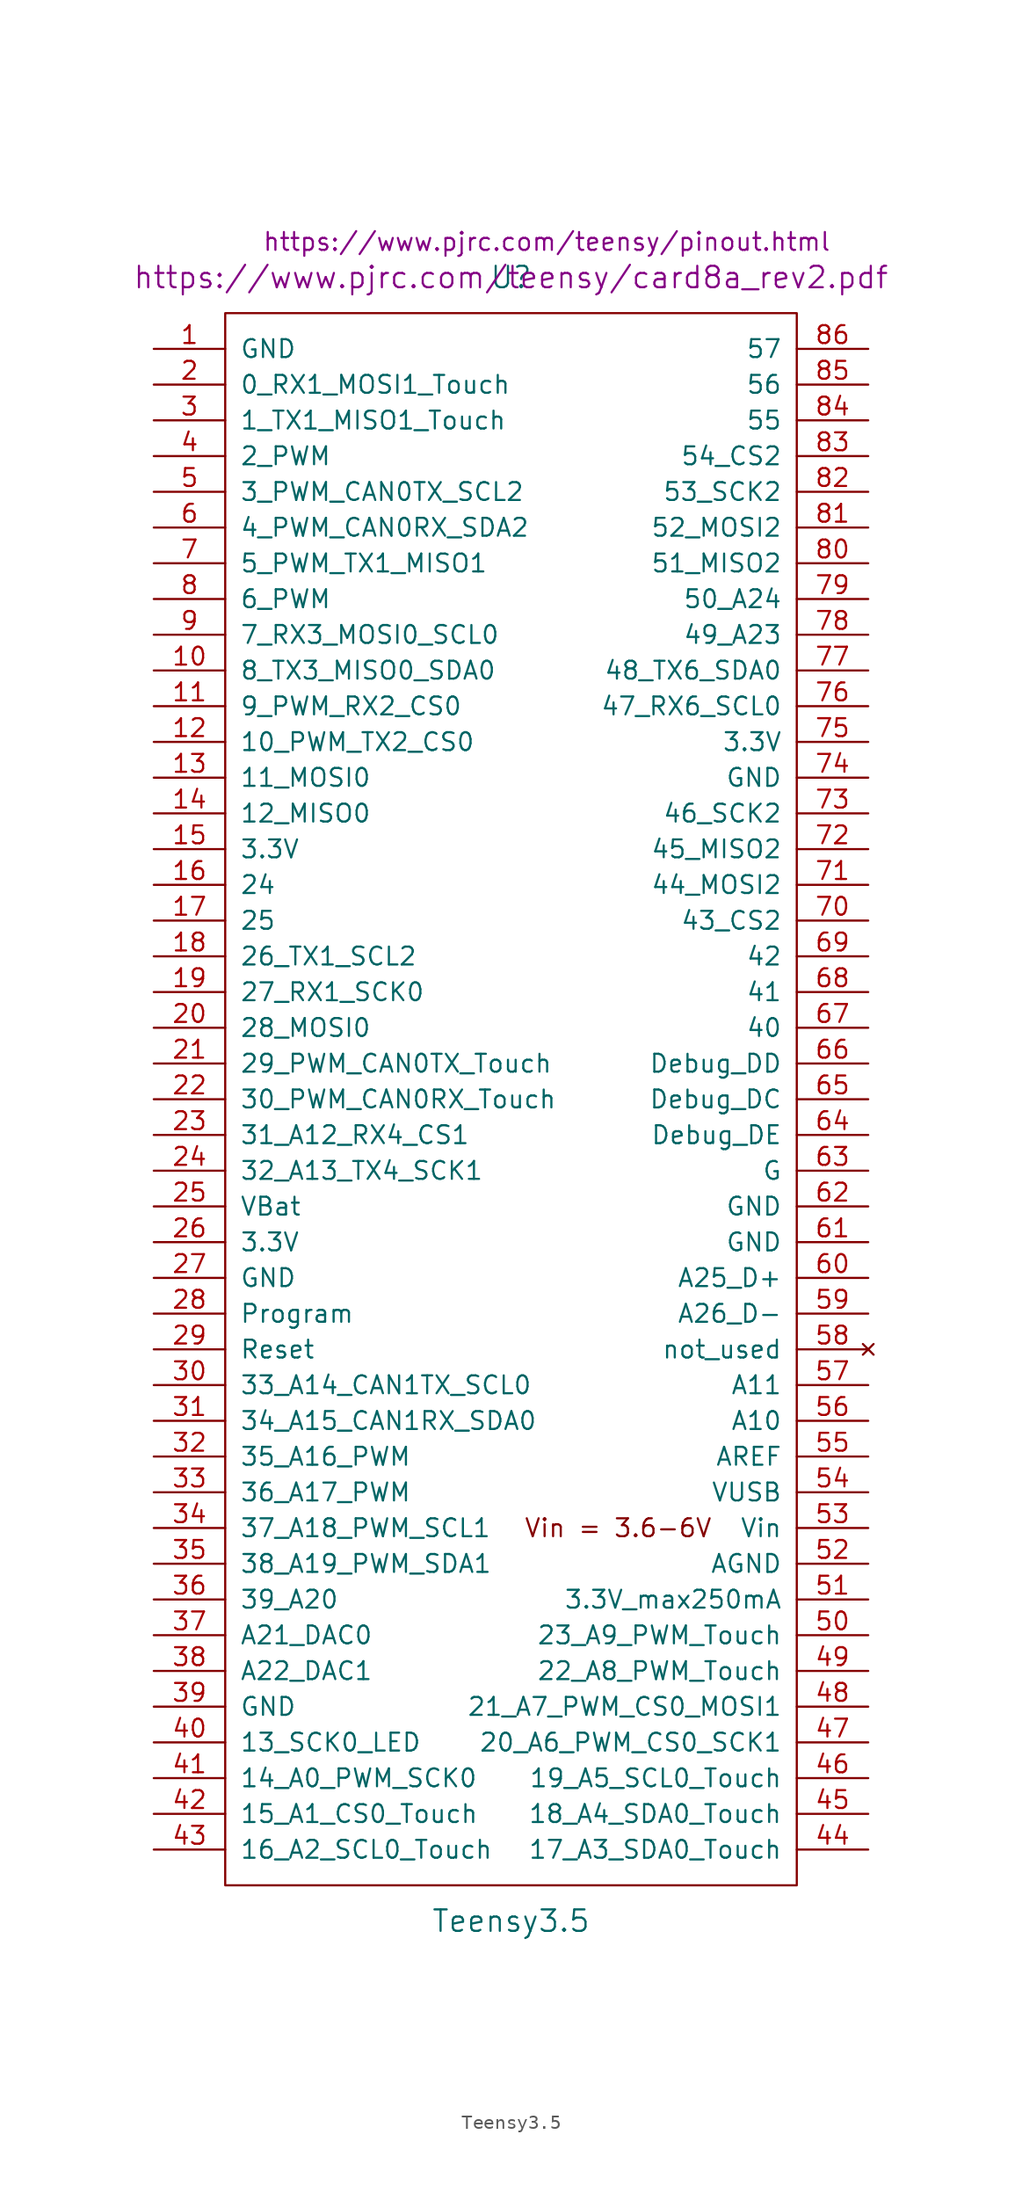
<source format=kicad_sym>
(kicad_symbol_lib
  (version 20231120)
  (generator "kicad_symbol_editor")
  (generator_version "8.0")
  (symbol "Teensy3.5"
    (pin_names
      (offset 1.016))
    (property "Reference" "U"
      (at 0 58.42 0)
      (effects (font (size 1.524 1.524))))
    (property "Value" "Teensy3.5"
      (at 0 -58.42 0)
      (effects (font (size 1.524 1.524))))
    (property "Footprint" ""
      (at -2.54 55.88 0)
      (effects (font (size 1.524 1.524))))
    (property "Datasheet" "https://www.pjrc.com/teensy/card8a_rev2.pdf"
      (at 0 58.42 0)
      (effects (font (size 1.524 1.524))))
    (property "Pinouts" "https://www.pjrc.com/teensy/pinout.html"
      (at 2.54 60.96 0)
      (effects (font (size 1.27 1.27))))
    (symbol "Teensy3.5_0_0"
      (text "Vin = 3.6-6V" (at 7.62 -30.48 0) (effects (font (size 1.27 1.27)))))
    (symbol "Teensy3.5_0_1"
      (rectangle (start -20.32 55.88) (end 20.32 -55.88) (stroke (width 0) (type solid)) (fill (type none))))
    (symbol "Teensy3.5_1_1"
      (pin power_in line (at -25.4 53.34 0) (length 5.08) (name "GND" (effects (font (size 1.27 1.27)))) (number "1" (effects (font (size 1.27 1.27)))))
      (pin bidirectional line (at -25.4 30.48 0) (length 5.08) (name "8_TX3_MISO0_SDA0" (effects (font (size 1.27 1.27)))) (number "10" (effects (font (size 1.27 1.27)))))
      (pin bidirectional line (at -25.4 27.94 0) (length 5.08) (name "9_PWM_RX2_CS0" (effects (font (size 1.27 1.27)))) (number "11" (effects (font (size 1.27 1.27)))))
      (pin bidirectional line (at -25.4 25.4 0) (length 5.08) (name "10_PWM_TX2_CS0" (effects (font (size 1.27 1.27)))) (number "12" (effects (font (size 1.27 1.27)))))
      (pin bidirectional line (at -25.4 22.86 0) (length 5.08) (name "11_MOSI0" (effects (font (size 1.27 1.27)))) (number "13" (effects (font (size 1.27 1.27)))))
      (pin bidirectional line (at -25.4 20.32 0) (length 5.08) (name "12_MISO0" (effects (font (size 1.27 1.27)))) (number "14" (effects (font (size 1.27 1.27)))))
      (pin power_out line (at -25.4 17.78 0) (length 5.08) (name "3.3V" (effects (font (size 1.27 1.27)))) (number "15" (effects (font (size 1.27 1.27)))))
      (pin bidirectional line (at -25.4 15.24 0) (length 5.08) (name "24" (effects (font (size 1.27 1.27)))) (number "16" (effects (font (size 1.27 1.27)))))
      (pin bidirectional line (at -25.4 12.7 0) (length 5.08) (name "25" (effects (font (size 1.27 1.27)))) (number "17" (effects (font (size 1.27 1.27)))))
      (pin bidirectional line (at -25.4 10.16 0) (length 5.08) (name "26_TX1_SCL2" (effects (font (size 1.27 1.27)))) (number "18" (effects (font (size 1.27 1.27)))))
      (pin bidirectional line (at -25.4 7.62 0) (length 5.08) (name "27_RX1_SCK0" (effects (font (size 1.27 1.27)))) (number "19" (effects (font (size 1.27 1.27)))))
      (pin bidirectional line (at -25.4 50.8 0) (length 5.08) (name "0_RX1_MOSI1_Touch" (effects (font (size 1.27 1.27)))) (number "2" (effects (font (size 1.27 1.27)))))
      (pin bidirectional line (at -25.4 5.08 0) (length 5.08) (name "28_MOSI0" (effects (font (size 1.27 1.27)))) (number "20" (effects (font (size 1.27 1.27)))))
      (pin bidirectional line (at -25.4 2.54 0) (length 5.08) (name "29_PWM_CAN0TX_Touch" (effects (font (size 1.27 1.27)))) (number "21" (effects (font (size 1.27 1.27)))))
      (pin bidirectional line (at -25.4 0 0) (length 5.08) (name "30_PWM_CAN0RX_Touch" (effects (font (size 1.27 1.27)))) (number "22" (effects (font (size 1.27 1.27)))))
      (pin bidirectional line (at -25.4 -2.54 0) (length 5.08) (name "31_A12_RX4_CS1" (effects (font (size 1.27 1.27)))) (number "23" (effects (font (size 1.27 1.27)))))
      (pin bidirectional line (at -25.4 -5.08 0) (length 5.08) (name "32_A13_TX4_SCK1" (effects (font (size 1.27 1.27)))) (number "24" (effects (font (size 1.27 1.27)))))
      (pin power_in line (at -25.4 -7.62 0) (length 5.08) (name "VBat" (effects (font (size 1.27 1.27)))) (number "25" (effects (font (size 1.27 1.27)))))
      (pin power_in line (at -25.4 -10.16 0) (length 5.08) (name "3.3V" (effects (font (size 1.27 1.27)))) (number "26" (effects (font (size 1.27 1.27)))))
      (pin power_in line (at -25.4 -12.7 0) (length 5.08) (name "GND" (effects (font (size 1.27 1.27)))) (number "27" (effects (font (size 1.27 1.27)))))
      (pin input line (at -25.4 -15.24 0) (length 5.08) (name "Program" (effects (font (size 1.27 1.27)))) (number "28" (effects (font (size 1.27 1.27)))))
      (pin input line (at -25.4 -17.78 0) (length 5.08) (name "Reset" (effects (font (size 1.27 1.27)))) (number "29" (effects (font (size 1.27 1.27)))))
      (pin bidirectional line (at -25.4 48.26 0) (length 5.08) (name "1_TX1_MISO1_Touch" (effects (font (size 1.27 1.27)))) (number "3" (effects (font (size 1.27 1.27)))))
      (pin bidirectional line (at -25.4 -20.32 0) (length 5.08) (name "33_A14_CAN1TX_SCL0" (effects (font (size 1.27 1.27)))) (number "30" (effects (font (size 1.27 1.27)))))
      (pin bidirectional line (at -25.4 -22.86 0) (length 5.08) (name "34_A15_CAN1RX_SDA0" (effects (font (size 1.27 1.27)))) (number "31" (effects (font (size 1.27 1.27)))))
      (pin bidirectional line (at -25.4 -25.4 0) (length 5.08) (name "35_A16_PWM" (effects (font (size 1.27 1.27)))) (number "32" (effects (font (size 1.27 1.27)))))
      (pin bidirectional line (at -25.4 -27.94 0) (length 5.08) (name "36_A17_PWM" (effects (font (size 1.27 1.27)))) (number "33" (effects (font (size 1.27 1.27)))))
      (pin bidirectional line (at -25.4 -30.48 0) (length 5.08) (name "37_A18_PWM_SCL1" (effects (font (size 1.27 1.27)))) (number "34" (effects (font (size 1.27 1.27)))))
      (pin bidirectional line (at -25.4 -33.02 0) (length 5.08) (name "38_A19_PWM_SDA1" (effects (font (size 1.27 1.27)))) (number "35" (effects (font (size 1.27 1.27)))))
      (pin bidirectional line (at -25.4 -35.56 0) (length 5.08) (name "39_A20" (effects (font (size 1.27 1.27)))) (number "36" (effects (font (size 1.27 1.27)))))
      (pin bidirectional line (at -25.4 -38.1 0) (length 5.08) (name "A21_DAC0" (effects (font (size 1.27 1.27)))) (number "37" (effects (font (size 1.27 1.27)))))
      (pin bidirectional line (at -25.4 -40.64 0) (length 5.08) (name "A22_DAC1" (effects (font (size 1.27 1.27)))) (number "38" (effects (font (size 1.27 1.27)))))
      (pin power_in line (at -25.4 -43.18 0) (length 5.08) (name "GND" (effects (font (size 1.27 1.27)))) (number "39" (effects (font (size 1.27 1.27)))))
      (pin bidirectional line (at -25.4 45.72 0) (length 5.08) (name "2_PWM" (effects (font (size 1.27 1.27)))) (number "4" (effects (font (size 1.27 1.27)))))
      (pin bidirectional line (at -25.4 -45.72 0) (length 5.08) (name "13_SCK0_LED" (effects (font (size 1.27 1.27)))) (number "40" (effects (font (size 1.27 1.27)))))
      (pin bidirectional line (at -25.4 -48.26 0) (length 5.08) (name "14_A0_PWM_SCK0" (effects (font (size 1.27 1.27)))) (number "41" (effects (font (size 1.27 1.27)))))
      (pin bidirectional line (at -25.4 -50.8 0) (length 5.08) (name "15_A1_CS0_Touch" (effects (font (size 1.27 1.27)))) (number "42" (effects (font (size 1.27 1.27)))))
      (pin bidirectional line (at -25.4 -53.34 0) (length 5.08) (name "16_A2_SCL0_Touch" (effects (font (size 1.27 1.27)))) (number "43" (effects (font (size 1.27 1.27)))))
      (pin bidirectional line (at 25.4 -53.34 180) (length 5.08) (name "17_A3_SDA0_Touch" (effects (font (size 1.27 1.27)))) (number "44" (effects (font (size 1.27 1.27)))))
      (pin bidirectional line (at 25.4 -50.8 180) (length 5.08) (name "18_A4_SDA0_Touch" (effects (font (size 1.27 1.27)))) (number "45" (effects (font (size 1.27 1.27)))))
      (pin bidirectional line (at 25.4 -48.26 180) (length 5.08) (name "19_A5_SCL0_Touch" (effects (font (size 1.27 1.27)))) (number "46" (effects (font (size 1.27 1.27)))))
      (pin bidirectional line (at 25.4 -45.72 180) (length 5.08) (name "20_A6_PWM_CS0_SCK1" (effects (font (size 1.27 1.27)))) (number "47" (effects (font (size 1.27 1.27)))))
      (pin bidirectional line (at 25.4 -43.18 180) (length 5.08) (name "21_A7_PWM_CS0_MOSI1" (effects (font (size 1.27 1.27)))) (number "48" (effects (font (size 1.27 1.27)))))
      (pin bidirectional line (at 25.4 -40.64 180) (length 5.08) (name "22_A8_PWM_Touch" (effects (font (size 1.27 1.27)))) (number "49" (effects (font (size 1.27 1.27)))))
      (pin bidirectional line (at -25.4 43.18 0) (length 5.08) (name "3_PWM_CAN0TX_SCL2" (effects (font (size 1.27 1.27)))) (number "5" (effects (font (size 1.27 1.27)))))
      (pin bidirectional line (at 25.4 -38.1 180) (length 5.08) (name "23_A9_PWM_Touch" (effects (font (size 1.27 1.27)))) (number "50" (effects (font (size 1.27 1.27)))))
      (pin power_out line (at 25.4 -35.56 180) (length 5.08) (name "3.3V_max250mA" (effects (font (size 1.27 1.27)))) (number "51" (effects (font (size 1.27 1.27)))))
      (pin power_out line (at 25.4 -33.02 180) (length 5.08) (name "AGND" (effects (font (size 1.27 1.27)))) (number "52" (effects (font (size 1.27 1.27)))))
      (pin power_in line (at 25.4 -30.48 180) (length 5.08) (name "Vin" (effects (font (size 1.27 1.27)))) (number "53" (effects (font (size 1.27 1.27)))))
      (pin power_in line (at 25.4 -27.94 180) (length 5.08) (name "VUSB" (effects (font (size 1.27 1.27)))) (number "54" (effects (font (size 1.27 1.27)))))
      (pin input line (at 25.4 -25.4 180) (length 5.08) (name "AREF" (effects (font (size 1.27 1.27)))) (number "55" (effects (font (size 1.27 1.27)))))
      (pin bidirectional line (at 25.4 -22.86 180) (length 5.08) (name "A10" (effects (font (size 1.27 1.27)))) (number "56" (effects (font (size 1.27 1.27)))))
      (pin bidirectional line (at 25.4 -20.32 180) (length 5.08) (name "A11" (effects (font (size 1.27 1.27)))) (number "57" (effects (font (size 1.27 1.27)))))
      (pin no_connect line (at 25.4 -17.78 180) (length 5.08) (name "not_used" (effects (font (size 1.27 1.27)))) (number "58" (effects (font (size 1.27 1.27)))))
      (pin bidirectional line (at 25.4 -15.24 180) (length 5.08) (name "A26_D-" (effects (font (size 1.27 1.27)))) (number "59" (effects (font (size 1.27 1.27)))))
      (pin bidirectional line (at -25.4 40.64 0) (length 5.08) (name "4_PWM_CAN0RX_SDA2" (effects (font (size 1.27 1.27)))) (number "6" (effects (font (size 1.27 1.27)))))
      (pin bidirectional line (at 25.4 -12.7 180) (length 5.08) (name "A25_D+" (effects (font (size 1.27 1.27)))) (number "60" (effects (font (size 1.27 1.27)))))
      (pin power_in line (at 25.4 -10.16 180) (length 5.08) (name "GND" (effects (font (size 1.27 1.27)))) (number "61" (effects (font (size 1.27 1.27)))))
      (pin power_in line (at 25.4 -7.62 180) (length 5.08) (name "GND" (effects (font (size 1.27 1.27)))) (number "62" (effects (font (size 1.27 1.27)))))
      (pin power_in line (at 25.4 -5.08 180) (length 5.08) (name "G" (effects (font (size 1.27 1.27)))) (number "63" (effects (font (size 1.27 1.27)))))
      (pin input line (at 25.4 -2.54 180) (length 5.08) (name "Debug_DE" (effects (font (size 1.27 1.27)))) (number "64" (effects (font (size 1.27 1.27)))))
      (pin input line (at 25.4 0 180) (length 5.08) (name "Debug_DC" (effects (font (size 1.27 1.27)))) (number "65" (effects (font (size 1.27 1.27)))))
      (pin input line (at 25.4 2.54 180) (length 5.08) (name "Debug_DD" (effects (font (size 1.27 1.27)))) (number "66" (effects (font (size 1.27 1.27)))))
      (pin bidirectional line (at 25.4 5.08 180) (length 5.08) (name "40" (effects (font (size 1.27 1.27)))) (number "67" (effects (font (size 1.27 1.27)))))
      (pin bidirectional line (at 25.4 7.62 180) (length 5.08) (name "41" (effects (font (size 1.27 1.27)))) (number "68" (effects (font (size 1.27 1.27)))))
      (pin bidirectional line (at 25.4 10.16 180) (length 5.08) (name "42" (effects (font (size 1.27 1.27)))) (number "69" (effects (font (size 1.27 1.27)))))
      (pin bidirectional line (at -25.4 38.1 0) (length 5.08) (name "5_PWM_TX1_MISO1" (effects (font (size 1.27 1.27)))) (number "7" (effects (font (size 1.27 1.27)))))
      (pin bidirectional line (at 25.4 12.7 180) (length 5.08) (name "43_CS2" (effects (font (size 1.27 1.27)))) (number "70" (effects (font (size 1.27 1.27)))))
      (pin bidirectional line (at 25.4 15.24 180) (length 5.08) (name "44_MOSI2" (effects (font (size 1.27 1.27)))) (number "71" (effects (font (size 1.27 1.27)))))
      (pin bidirectional line (at 25.4 17.78 180) (length 5.08) (name "45_MISO2" (effects (font (size 1.27 1.27)))) (number "72" (effects (font (size 1.27 1.27)))))
      (pin bidirectional line (at 25.4 20.32 180) (length 5.08) (name "46_SCK2" (effects (font (size 1.27 1.27)))) (number "73" (effects (font (size 1.27 1.27)))))
      (pin power_in line (at 25.4 22.86 180) (length 5.08) (name "GND" (effects (font (size 1.27 1.27)))) (number "74" (effects (font (size 1.27 1.27)))))
      (pin power_in line (at 25.4 25.4 180) (length 5.08) (name "3.3V" (effects (font (size 1.27 1.27)))) (number "75" (effects (font (size 1.27 1.27)))))
      (pin bidirectional line (at 25.4 27.94 180) (length 5.08) (name "47_RX6_SCL0" (effects (font (size 1.27 1.27)))) (number "76" (effects (font (size 1.27 1.27)))))
      (pin bidirectional line (at 25.4 30.48 180) (length 5.08) (name "48_TX6_SDA0" (effects (font (size 1.27 1.27)))) (number "77" (effects (font (size 1.27 1.27)))))
      (pin bidirectional line (at 25.4 33.02 180) (length 5.08) (name "49_A23" (effects (font (size 1.27 1.27)))) (number "78" (effects (font (size 1.27 1.27)))))
      (pin bidirectional line (at 25.4 35.56 180) (length 5.08) (name "50_A24" (effects (font (size 1.27 1.27)))) (number "79" (effects (font (size 1.27 1.27)))))
      (pin bidirectional line (at -25.4 35.56 0) (length 5.08) (name "6_PWM" (effects (font (size 1.27 1.27)))) (number "8" (effects (font (size 1.27 1.27)))))
      (pin bidirectional line (at 25.4 38.1 180) (length 5.08) (name "51_MISO2" (effects (font (size 1.27 1.27)))) (number "80" (effects (font (size 1.27 1.27)))))
      (pin bidirectional line (at 25.4 40.64 180) (length 5.08) (name "52_MOSI2" (effects (font (size 1.27 1.27)))) (number "81" (effects (font (size 1.27 1.27)))))
      (pin bidirectional line (at 25.4 43.18 180) (length 5.08) (name "53_SCK2" (effects (font (size 1.27 1.27)))) (number "82" (effects (font (size 1.27 1.27)))))
      (pin bidirectional line (at 25.4 45.72 180) (length 5.08) (name "54_CS2" (effects (font (size 1.27 1.27)))) (number "83" (effects (font (size 1.27 1.27)))))
      (pin bidirectional line (at 25.4 48.26 180) (length 5.08) (name "55" (effects (font (size 1.27 1.27)))) (number "84" (effects (font (size 1.27 1.27)))))
      (pin bidirectional line (at 25.4 50.8 180) (length 5.08) (name "56" (effects (font (size 1.27 1.27)))) (number "85" (effects (font (size 1.27 1.27)))))
      (pin bidirectional line (at 25.4 53.34 180) (length 5.08) (name "57" (effects (font (size 1.27 1.27)))) (number "86" (effects (font (size 1.27 1.27)))))
      (pin bidirectional line (at -25.4 33.02 0) (length 5.08) (name "7_RX3_MOSI0_SCL0" (effects (font (size 1.27 1.27)))) (number "9" (effects (font (size 1.27 1.27))))))))
</source>
